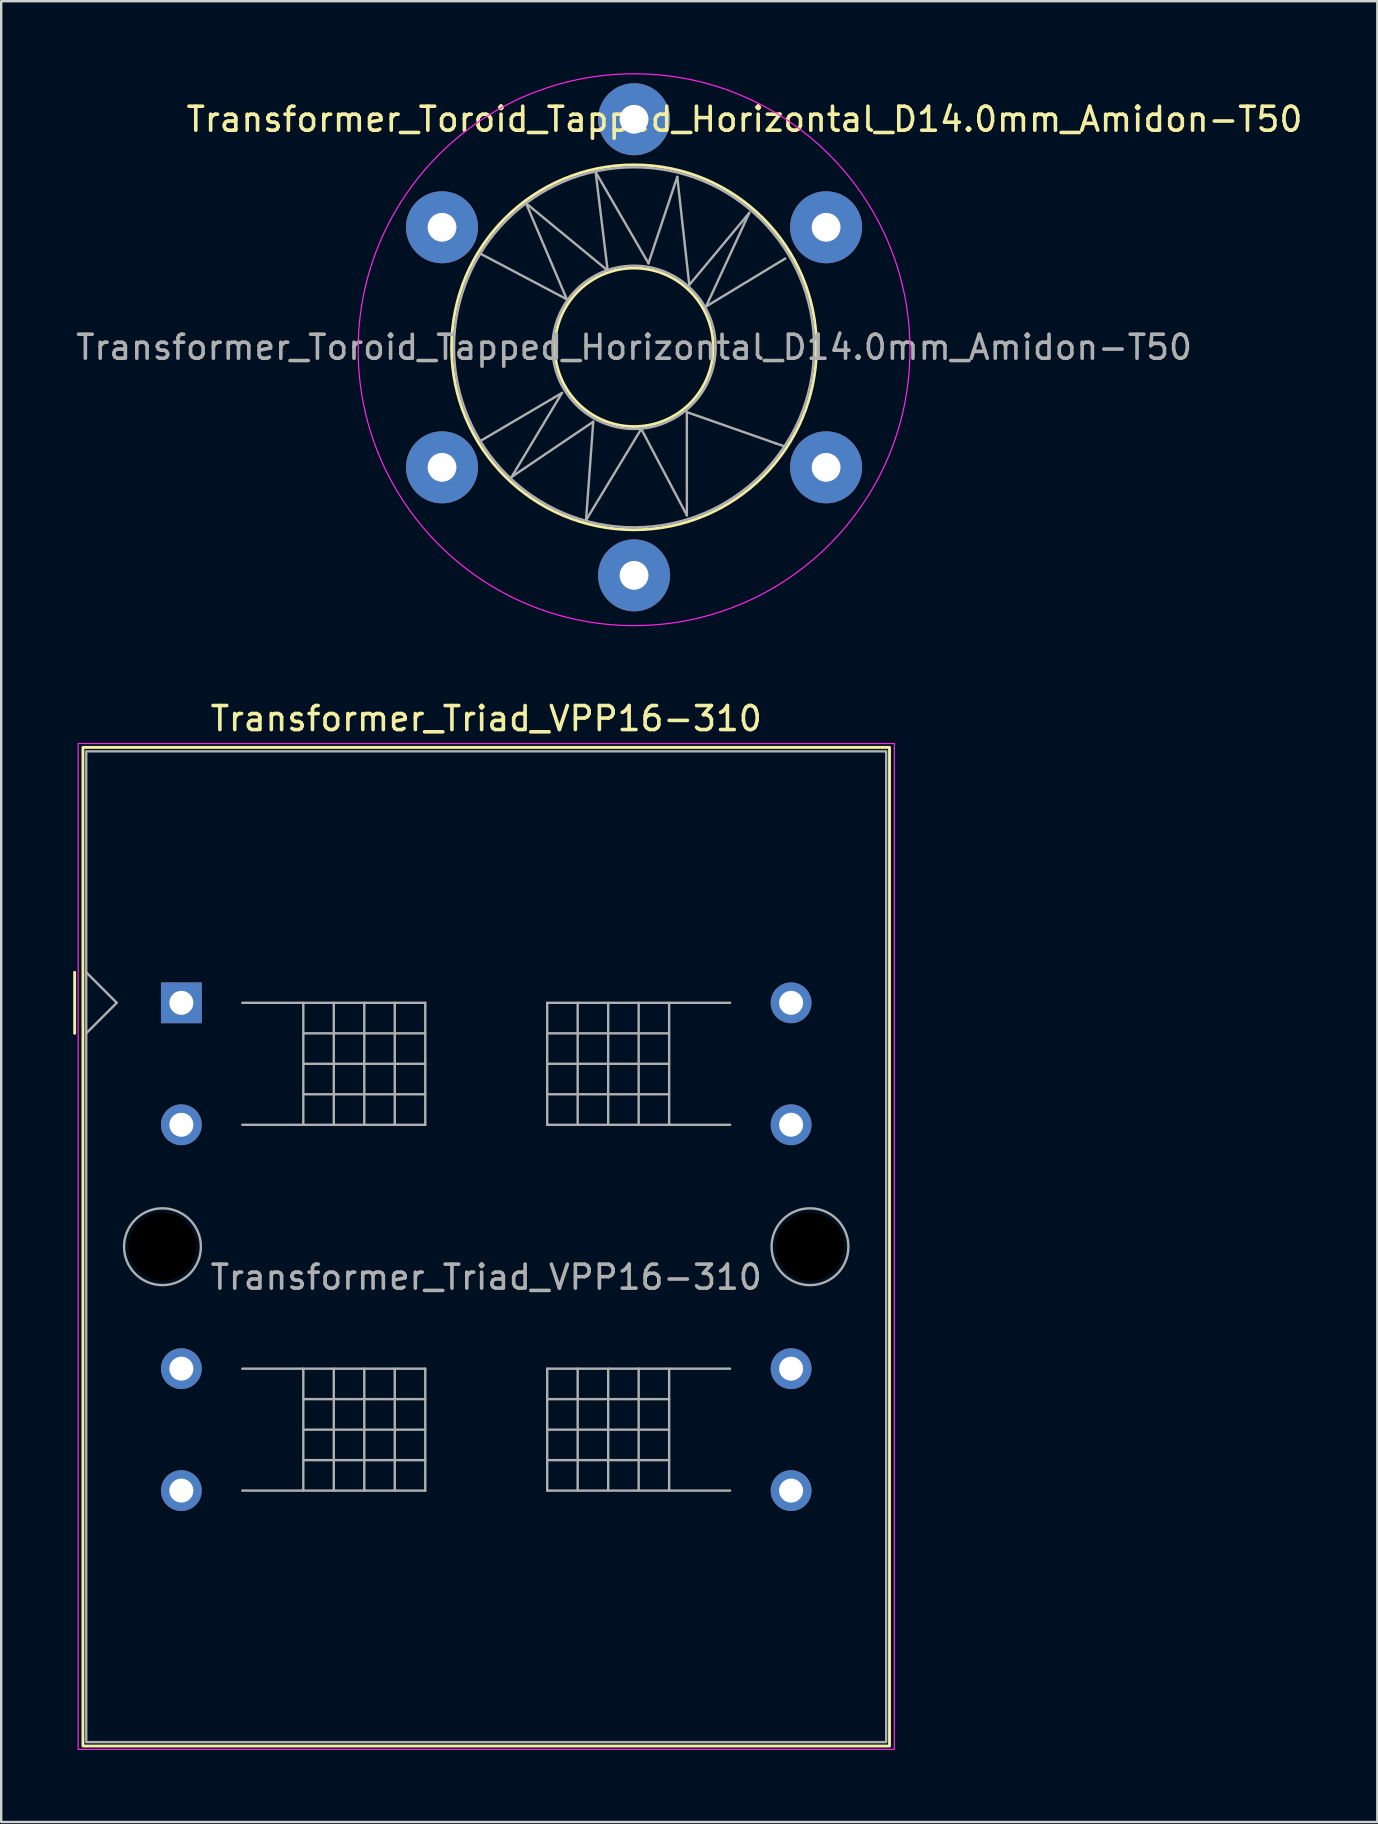
<source format=kicad_pcb>
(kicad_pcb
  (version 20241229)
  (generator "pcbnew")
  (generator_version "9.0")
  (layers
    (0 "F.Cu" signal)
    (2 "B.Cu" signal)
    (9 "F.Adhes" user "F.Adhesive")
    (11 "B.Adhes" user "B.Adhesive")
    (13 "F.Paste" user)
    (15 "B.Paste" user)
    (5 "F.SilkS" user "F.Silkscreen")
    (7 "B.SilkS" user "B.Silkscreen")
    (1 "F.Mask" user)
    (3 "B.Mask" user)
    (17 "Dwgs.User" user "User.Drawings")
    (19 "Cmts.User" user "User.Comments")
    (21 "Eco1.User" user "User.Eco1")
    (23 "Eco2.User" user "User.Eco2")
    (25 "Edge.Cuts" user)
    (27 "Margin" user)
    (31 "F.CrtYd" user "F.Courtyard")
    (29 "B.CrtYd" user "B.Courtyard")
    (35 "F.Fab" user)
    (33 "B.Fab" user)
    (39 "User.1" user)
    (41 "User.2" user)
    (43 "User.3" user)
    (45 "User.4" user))
  (footprint "Transformer_Triad_VPP16-310"
    (layer "F.Cu")
    (at 4.505 38.725)
    (property "Reference" "Transformer_Triad_VPP16-310" (at 12.7 -11.84 0) (unlocked yes) (layer "F.SilkS") (effects (font (size 1 1) (thickness 0.15))))
    (attr through_hole)
    (fp_line (start -4.445 -1.27) (end -4.445 1.27) (stroke (width 0.12) (type default)) (layer "F.SilkS"))
    (fp_rect (start -4.1 -10.64) (end 29.5 30.96) (stroke (width 0.12) (type default)) (fill no) (layer "F.SilkS"))
    (fp_rect (start -4.3 -10.8) (end 29.7 31.1) (stroke (width 0.05) (type default)) (fill no) (layer "F.CrtYd"))
    (fp_line (start -3.962 1.27) (end -2.692 0) (stroke (width 0.1) (type default)) (layer "F.Fab"))
    (fp_line (start -2.692 0) (end -3.962 -1.27) (stroke (width 0.1) (type default)) (layer "F.Fab"))
    (fp_line (start 2.54 0) (end 10.16 0) (stroke (width 0.1) (type default)) (layer "F.Fab"))
    (fp_line (start 2.54 5.08) (end 10.16 5.08) (stroke (width 0.1) (type default)) (layer "F.Fab"))
    (fp_line (start 2.54 15.24) (end 10.16 15.24) (stroke (width 0.1) (type default)) (layer "F.Fab"))
    (fp_line (start 2.54 20.32) (end 10.16 20.32) (stroke (width 0.1) (type default)) (layer "F.Fab"))
    (fp_line (start 5.08 0) (end 5.08 5.08) (stroke (width 0.1) (type default)) (layer "F.Fab"))
    (fp_line (start 5.08 1.27) (end 10.16 1.27) (stroke (width 0.1) (type default)) (layer "F.Fab"))
    (fp_line (start 5.08 2.54) (end 10.16 2.54) (stroke (width 0.1) (type default)) (layer "F.Fab"))
    (fp_line (start 5.08 3.81) (end 10.16 3.81) (stroke (width 0.1) (type default)) (layer "F.Fab"))
    (fp_line (start 5.08 15.24) (end 5.08 20.32) (stroke (width 0.1) (type default)) (layer "F.Fab"))
    (fp_line (start 5.08 16.51) (end 10.16 16.51) (stroke (width 0.1) (type default)) (layer "F.Fab"))
    (fp_line (start 5.08 17.78) (end 10.16 17.78) (stroke (width 0.1) (type default)) (layer "F.Fab"))
    (fp_line (start 5.08 19.05) (end 10.16 19.05) (stroke (width 0.1) (type default)) (layer "F.Fab"))
    (fp_line (start 6.35 0) (end 6.35 5.08) (stroke (width 0.1) (type default)) (layer "F.Fab"))
    (fp_line (start 6.35 15.24) (end 6.35 20.32) (stroke (width 0.1) (type default)) (layer "F.Fab"))
    (fp_line (start 7.62 5.08) (end 7.62 0) (stroke (width 0.1) (type default)) (layer "F.Fab"))
    (fp_line (start 7.62 20.32) (end 7.62 15.24) (stroke (width 0.1) (type default)) (layer "F.Fab"))
    (fp_line (start 8.89 5.08) (end 8.89 0) (stroke (width 0.1) (type default)) (layer "F.Fab"))
    (fp_line (start 8.89 20.32) (end 8.89 15.24) (stroke (width 0.1) (type default)) (layer "F.Fab"))
    (fp_line (start 10.16 5.08) (end 10.16 0) (stroke (width 0.1) (type default)) (layer "F.Fab"))
    (fp_line (start 10.16 20.32) (end 10.16 15.24) (stroke (width 0.1) (type default)) (layer "F.Fab"))
    (fp_line (start 15.24 0) (end 15.24 5.08) (stroke (width 0.1) (type default)) (layer "F.Fab"))
    (fp_line (start 15.24 15.24) (end 15.24 20.32) (stroke (width 0.1) (type default)) (layer "F.Fab"))
    (fp_line (start 16.51 0) (end 16.51 5.08) (stroke (width 0.1) (type default)) (layer "F.Fab"))
    (fp_line (start 16.51 15.24) (end 16.51 20.32) (stroke (width 0.1) (type default)) (layer "F.Fab"))
    (fp_line (start 17.78 0) (end 17.78 5.08) (stroke (width 0.1) (type default)) (layer "F.Fab"))
    (fp_line (start 17.78 15.24) (end 17.78 20.32) (stroke (width 0.1) (type default)) (layer "F.Fab"))
    (fp_line (start 19.05 5.08) (end 19.05 0) (stroke (width 0.1) (type default)) (layer "F.Fab"))
    (fp_line (start 19.05 20.32) (end 19.05 15.24) (stroke (width 0.1) (type default)) (layer "F.Fab"))
    (fp_line (start 20.32 1.27) (end 15.24 1.27) (stroke (width 0.1) (type default)) (layer "F.Fab"))
    (fp_line (start 20.32 2.54) (end 15.24 2.54) (stroke (width 0.1) (type default)) (layer "F.Fab"))
    (fp_line (start 20.32 3.81) (end 15.24 3.81) (stroke (width 0.1) (type default)) (layer "F.Fab"))
    (fp_line (start 20.32 5.08) (end 20.32 0) (stroke (width 0.1) (type default)) (layer "F.Fab"))
    (fp_line (start 20.32 16.51) (end 15.24 16.51) (stroke (width 0.1) (type default)) (layer "F.Fab"))
    (fp_line (start 20.32 17.78) (end 15.24 17.78) (stroke (width 0.1) (type default)) (layer "F.Fab"))
    (fp_line (start 20.32 19.05) (end 15.24 19.05) (stroke (width 0.1) (type default)) (layer "F.Fab"))
    (fp_line (start 20.32 20.32) (end 20.32 15.24) (stroke (width 0.1) (type default)) (layer "F.Fab"))
    (fp_line (start 22.86 0) (end 15.24 0) (stroke (width 0.1) (type default)) (layer "F.Fab"))
    (fp_line (start 22.86 5.08) (end 15.24 5.08) (stroke (width 0.1) (type default)) (layer "F.Fab"))
    (fp_line (start 22.86 15.24) (end 15.24 15.24) (stroke (width 0.1) (type default)) (layer "F.Fab"))
    (fp_line (start 22.86 20.32) (end 15.24 20.32) (stroke (width 0.1) (type default)) (layer "F.Fab"))
    (fp_rect (start -3.962 -10.477) (end 29.362 30.797) (stroke (width 0.1) (type default)) (fill no) (layer "F.Fab"))
    (fp_circle (center -0.787 10.16) (end 0.813 10.16) (stroke (width 0.1) (type default)) (fill no) (layer "F.Fab"))
    (fp_circle (center 26.187 10.16) (end 27.787 10.16) (stroke (width 0.1) (type default)) (fill no) (layer "F.Fab"))
    (fp_text user "${REFERENCE}" (at 12.7 11.43 0) (unlocked yes) (layer "F.Fab") (effects (font (size 1 1) (thickness 0.15))))
    (pad "" np_thru_hole circle (at -0.787 10.16) (size 2.845 2.845) (drill 2.845) (layers "*.Mask"))
    (pad "" np_thru_hole circle (at 26.187 10.16) (size 2.845 2.845) (drill 2.845) (layers "*.Mask"))
    (pad "1" thru_hole rect (at 0 0) (size 1.7 1.7) (drill 1) (layers "*.Cu" "*.Mask"))
    (pad "3" thru_hole circle (at 0 5.08) (size 1.7 1.7) (drill 1) (layers "*.Cu" "*.Mask"))
    (pad "4" thru_hole circle (at 0 15.24) (size 1.7 1.7) (drill 1) (layers "*.Cu" "*.Mask"))
    (pad "6" thru_hole circle (at 0 20.32) (size 1.7 1.7) (drill 1) (layers "*.Cu" "*.Mask"))
    (pad "7" thru_hole circle (at 25.4 0) (size 1.7 1.7) (drill 1) (layers "*.Cu" "*.Mask"))
    (pad "9" thru_hole circle (at 25.4 5.08) (size 1.7 1.7) (drill 1) (layers "*.Cu" "*.Mask"))
    (pad "10" thru_hole circle (at 25.4 15.24) (size 1.7 1.7) (drill 1) (layers "*.Cu" "*.Mask"))
    (pad "12" thru_hole circle (at 25.4 20.32) (size 1.7 1.7) (drill 1) (layers "*.Cu" "*.Mask")))
  (footprint "Transformer_Toroid_Tapped_Horizontal_D14.0mm_Amidon-T50"
    (layer "F.Cu")
    (at 15.363 16.418)
    (property "Reference" "Transformer_Toroid_Tapped_Horizontal_D14.0mm_Amidon-T50" (at 12.6 -14.5 0) (layer "F.SilkS") (effects (font (size 1 1) (thickness 0.15))))
    (attr through_hole)
    (fp_circle (center 8 -5) (end 11.3 -5.1) (stroke (width 0.12) (type solid)) (fill no) (layer "F.SilkS"))
    (fp_circle (center 8 -5) (end 15.6 -5.1) (stroke (width 0.12) (type solid)) (fill no) (layer "F.SilkS"))
    (fp_circle (center 8 -4.9) (end 18.3 0.2) (stroke (width 0.05) (type solid)) (fill no) (layer "F.CrtYd"))
    (fp_line (start 1.6 -8.9) (end 5.2 -7) (stroke (width 0.1) (type solid)) (layer "F.Fab"))
    (fp_line (start 1.6 -1.1) (end 5 -3.1) (stroke (width 0.1) (type solid)) (layer "F.Fab"))
    (fp_line (start 2.9 0.4) (end 6.3 -1.9) (stroke (width 0.1) (type solid)) (layer "F.Fab"))
    (fp_line (start 3.5 -11) (end 6.9 -8.2) (stroke (width 0.1) (type solid)) (layer "F.Fab"))
    (fp_line (start 5 -3.1) (end 2.9 0.4) (stroke (width 0.1) (type solid)) (layer "F.Fab"))
    (fp_line (start 5.2 -7) (end 3.5 -11) (stroke (width 0.1) (type solid)) (layer "F.Fab"))
    (fp_line (start 6 2.2) (end 8.3 -1.6) (stroke (width 0.1) (type solid)) (layer "F.Fab"))
    (fp_line (start 6.3 -1.9) (end 6 2.2) (stroke (width 0.1) (type solid)) (layer "F.Fab"))
    (fp_line (start 6.4 -12.3) (end 8.6 -8.5) (stroke (width 0.1) (type solid)) (layer "F.Fab"))
    (fp_line (start 6.9 -8.2) (end 6.4 -12.3) (stroke (width 0.1) (type solid)) (layer "F.Fab"))
    (fp_line (start 8.3 -1.6) (end 10.2 2) (stroke (width 0.1) (type solid)) (layer "F.Fab"))
    (fp_line (start 8.6 -8.5) (end 9.8 -12.1) (stroke (width 0.1) (type solid)) (layer "F.Fab"))
    (fp_line (start 9.8 -12.1) (end 10.3 -7.6) (stroke (width 0.1) (type solid)) (layer "F.Fab"))
    (fp_line (start 10.2 -2.3) (end 13.9 -1) (stroke (width 0.1) (type solid)) (layer "F.Fab"))
    (fp_line (start 10.2 2) (end 10.2 -2.3) (stroke (width 0.1) (type solid)) (layer "F.Fab"))
    (fp_line (start 10.3 -7.6) (end 12.8 -10.6) (stroke (width 0.1) (type solid)) (layer "F.Fab"))
    (fp_line (start 11 -6.7) (end 14.3 -8.7) (stroke (width 0.1) (type solid)) (layer "F.Fab"))
    (fp_line (start 12.8 -10.6) (end 11 -6.7) (stroke (width 0.1) (type solid)) (layer "F.Fab"))
    (fp_line (start 13.9 -1) (end 14.2 -0.9) (stroke (width 0.1) (type solid)) (layer "F.Fab"))
    (fp_circle (center 8 -5) (end 11.4 -5) (stroke (width 0.1) (type solid)) (fill no) (layer "F.Fab"))
    (fp_circle (center 8 -5) (end 15.5 -5) (stroke (width 0.1) (type solid)) (fill no) (layer "F.Fab"))
    (fp_text user "${REFERENCE}" (at 8 -5 0) (layer "F.Fab") (effects (font (size 1 1) (thickness 0.15))))
    (pad "1" thru_hole circle (at 0 0) (size 3 3) (drill 1.2) (layers "*.Cu" "*.Mask"))
    (pad "2" thru_hole circle (at 8 4.5) (size 3 3) (drill 1.2) (layers "*.Cu" "*.Mask"))
    (pad "3" thru_hole circle (at 16 0) (size 3 3) (drill 1.2) (layers "*.Cu" "*.Mask"))
    (pad "4" thru_hole circle (at 0 -10) (size 3 3) (drill 1.2) (layers "*.Cu" "*.Mask"))
    (pad "5" thru_hole circle (at 8 -14.5) (size 3 3) (drill 1.2) (layers "*.Cu" "*.Mask"))
    (pad "6" thru_hole circle (at 16 -10) (size 3 3) (drill 1.2) (layers "*.Cu" "*.Mask")))
  (gr_rect
    (start -3 -3)
    (end 54.326 72.85)
    (stroke (width 0.1) (type default))
    (fill no)
    (layer "Edge.Cuts")))
</source>
